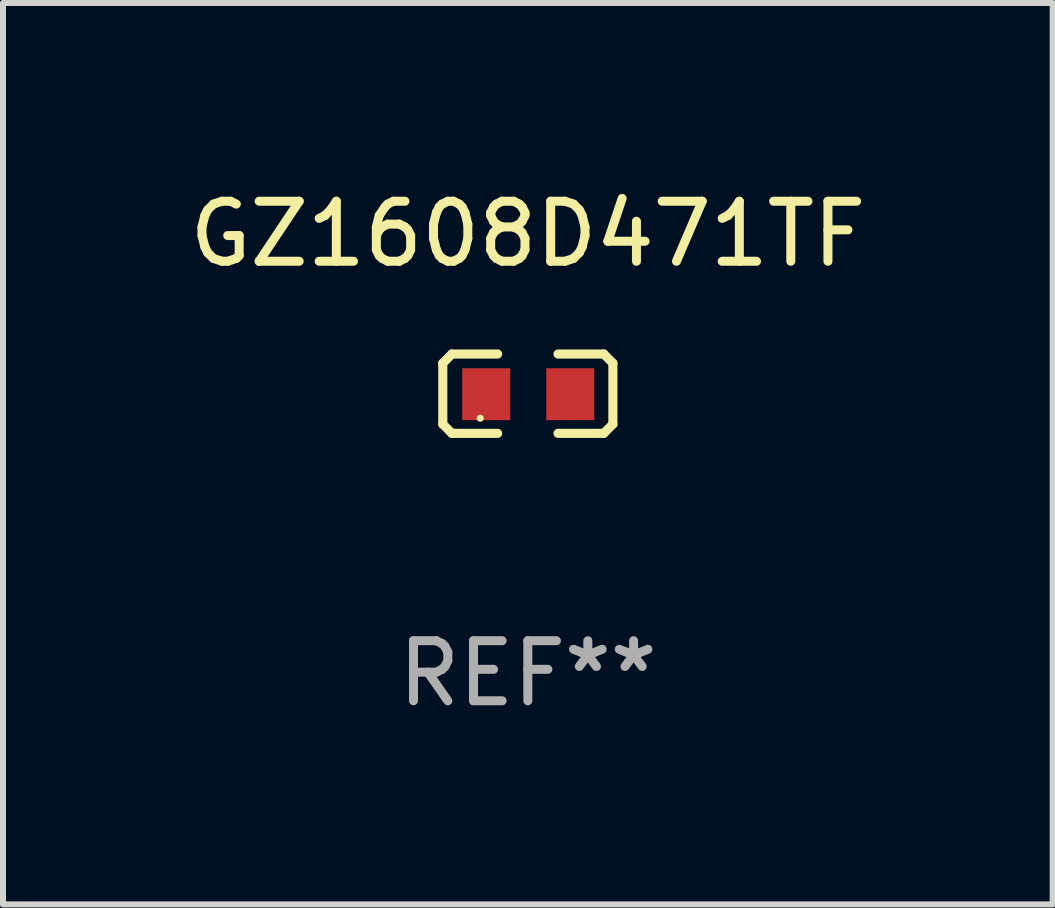
<source format=kicad_pcb>
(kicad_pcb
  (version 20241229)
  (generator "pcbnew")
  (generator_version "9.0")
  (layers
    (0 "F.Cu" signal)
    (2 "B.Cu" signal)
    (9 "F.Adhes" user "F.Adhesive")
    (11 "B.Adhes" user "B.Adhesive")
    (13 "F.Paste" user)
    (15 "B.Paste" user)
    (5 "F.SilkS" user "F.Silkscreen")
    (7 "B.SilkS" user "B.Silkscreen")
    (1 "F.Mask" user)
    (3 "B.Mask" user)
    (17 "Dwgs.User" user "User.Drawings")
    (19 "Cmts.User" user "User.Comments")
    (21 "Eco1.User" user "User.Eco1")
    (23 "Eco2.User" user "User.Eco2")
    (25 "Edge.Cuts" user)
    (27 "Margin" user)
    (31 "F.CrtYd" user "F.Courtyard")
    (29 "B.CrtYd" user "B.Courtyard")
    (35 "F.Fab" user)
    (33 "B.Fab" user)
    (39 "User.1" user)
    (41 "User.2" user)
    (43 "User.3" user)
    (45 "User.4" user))
  (footprint "GZ1608D471TF"
    (layer "F.Cu")
    (at 5.744 3.509)
    (property "Reference" "GZ1608D471TF" (at 0 -2.661 0) (layer "F.SilkS") (effects (font (size 1 1) (thickness 0.15))))
    (attr through_hole)
    (fp_line (start -1.417 -0.508) (end -1.265 -0.661) (stroke (width 0.152) (type solid)) (layer "F.SilkS"))
    (fp_line (start -1.417 0.508) (end -1.417 -0.508) (stroke (width 0.152) (type solid)) (layer "F.SilkS"))
    (fp_line (start -1.265 -0.661) (end -0.503 -0.661) (stroke (width 0.152) (type solid)) (layer "F.SilkS"))
    (fp_line (start -1.265 0.661) (end -1.417 0.508) (stroke (width 0.152) (type solid)) (layer "F.SilkS"))
    (fp_line (start -1.265 0.661) (end -0.503 0.661) (stroke (width 0.152) (type solid)) (layer "F.SilkS"))
    (fp_line (start 1.265 -0.661) (end 0.503 -0.661) (stroke (width 0.152) (type solid)) (layer "F.SilkS"))
    (fp_line (start 1.265 -0.661) (end 1.417 -0.508) (stroke (width 0.152) (type solid)) (layer "F.SilkS"))
    (fp_line (start 1.265 0.661) (end 0.503 0.661) (stroke (width 0.152) (type solid)) (layer "F.SilkS"))
    (fp_line (start 1.417 -0.508) (end 1.417 0.508) (stroke (width 0.152) (type solid)) (layer "F.SilkS"))
    (fp_line (start 1.417 0.508) (end 1.265 0.661) (stroke (width 0.152) (type solid)) (layer "F.SilkS"))
    (fp_circle (center -0.793 0.409) (end -0.763 0.409) (stroke (width 0.06) (type solid)) (fill no) (layer "F.SilkS"))
    (fp_text user "REF**" (at 0 4.661 0) (layer "F.Fab") (effects (font (size 1 1) (thickness 0.15))))
    (pad "1" smd rect (at -0.693 0.009 180) (size 0.8 0.864) (layers "F.Cu" "F.Mask" "F.Paste"))
    (pad "2" smd rect (at 0.707 0.009 180) (size 0.8 0.864) (layers "F.Cu" "F.Mask" "F.Paste")))
  (gr_rect
    (start -3 -3)
    (end 14.488 12.018)
    (stroke (width 0.1) (type default))
    (fill no)
    (layer "Edge.Cuts")))
</source>
